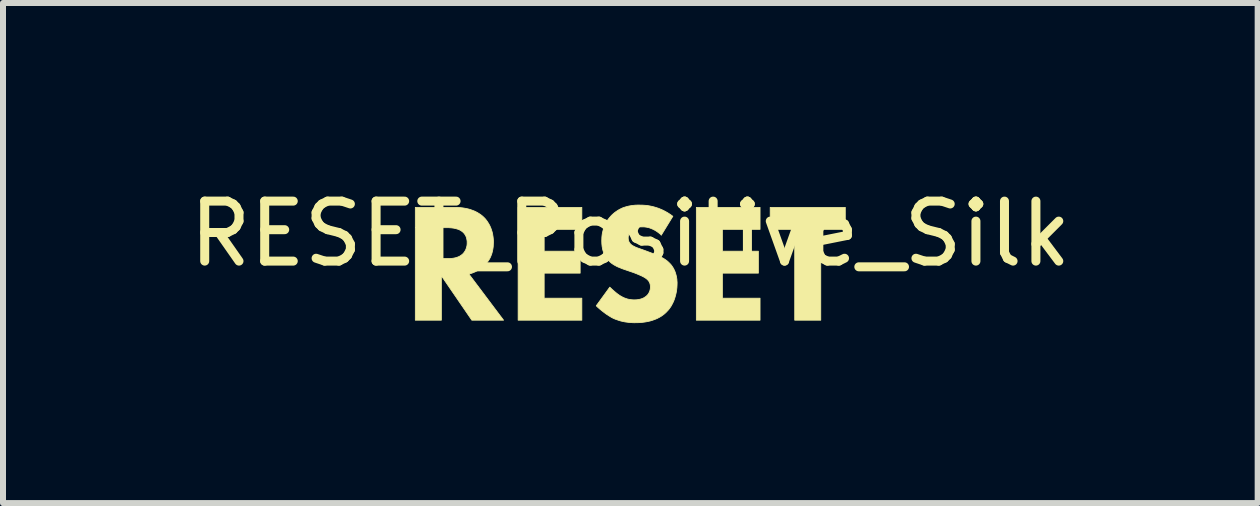
<source format=kicad_pcb>
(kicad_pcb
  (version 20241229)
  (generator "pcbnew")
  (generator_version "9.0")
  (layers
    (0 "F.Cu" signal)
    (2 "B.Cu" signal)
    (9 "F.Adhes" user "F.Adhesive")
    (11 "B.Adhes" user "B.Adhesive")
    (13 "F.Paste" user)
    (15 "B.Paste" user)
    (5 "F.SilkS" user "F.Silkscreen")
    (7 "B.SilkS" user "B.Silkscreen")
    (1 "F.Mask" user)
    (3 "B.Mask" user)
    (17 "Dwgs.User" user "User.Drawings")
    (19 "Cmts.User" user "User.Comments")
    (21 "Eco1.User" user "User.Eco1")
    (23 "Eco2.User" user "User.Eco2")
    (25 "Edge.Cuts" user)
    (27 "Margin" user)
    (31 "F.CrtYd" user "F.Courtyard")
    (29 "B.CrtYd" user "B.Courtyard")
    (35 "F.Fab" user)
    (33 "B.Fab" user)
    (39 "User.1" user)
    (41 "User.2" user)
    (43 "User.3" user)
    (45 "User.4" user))
  (footprint "RESET_Positive_Silk"
    (layer "F.Cu")
    (at 7.458 1.348)
    (property "Reference" "RESET_Positive_Silk" (at 0 -0.5 0) (unlocked yes) (layer "F.SilkS") (effects (font (size 1 1) (thickness 0.15))))
    (fp_poly (pts (xy 3.584 -0.574) (xy 3.175 -0.574) (xy 3.175 0.94) (xy 2.741 0.94) (xy 2.741 -0.574) (xy 2.332 -0.574) (xy 2.332 -0.941) (xy 3.584 -0.941)) (stroke (width 0.013) (type solid)) (fill yes) (layer "F.SilkS"))
    (fp_poly (pts (xy -0.808 -0.574) (xy -1.436 -0.574) (xy -1.436 -0.21) (xy -0.836 -0.21) (xy -0.836 0.156) (xy -1.436 0.156) (xy -1.436 0.573) (xy -0.808 0.573) (xy -0.808 0.94) (xy -1.87 0.94) (xy -1.87 -0.941) (xy -0.808 -0.941)) (stroke (width 0.013) (type solid)) (fill yes) (layer "F.SilkS"))
    (fp_poly (pts (xy 2.163 -0.574) (xy 1.535 -0.574) (xy 1.535 -0.21) (xy 2.135 -0.21) (xy 2.135 0.156) (xy 1.535 0.156) (xy 1.535 0.573) (xy 2.163 0.573) (xy 2.163 0.94) (xy 1.101 0.94) (xy 1.101 -0.941) (xy 2.163 -0.941)) (stroke (width 0.013) (type solid)) (fill yes) (layer "F.SilkS"))
    (fp_poly (pts (xy -2.88 -0.94) (xy -2.839 -0.937) (xy -2.799 -0.933) (xy -2.761 -0.927) (xy -2.725 -0.92) (xy -2.691 -0.912) (xy -2.659 -0.902) (xy -2.629 -0.891) (xy -2.6 -0.88) (xy -2.573 -0.867) (xy -2.548 -0.854) (xy -2.524 -0.839) (xy -2.502 -0.825) (xy -2.482 -0.81) (xy -2.462 -0.794) (xy -2.445 -0.778) (xy -2.43 -0.763) (xy -2.415 -0.747) (xy -2.401 -0.729) (xy -2.386 -0.709) (xy -2.373 -0.689) (xy -2.359 -0.666) (xy -2.346 -0.643) (xy -2.334 -0.617) (xy -2.323 -0.591) (xy -2.313 -0.562) (xy -2.304 -0.533) (xy -2.3 -0.517) (xy -2.297 -0.501) (xy -2.293 -0.485) (xy -2.291 -0.468) (xy -2.288 -0.451) (xy -2.286 -0.433) (xy -2.284 -0.415) (xy -2.283 -0.397) (xy -2.282 -0.378) (xy -2.282 -0.359) (xy -2.283 -0.336) (xy -2.284 -0.313) (xy -2.285 -0.289) (xy -2.288 -0.265) (xy -2.292 -0.24) (xy -2.297 -0.216) (xy -2.303 -0.191) (xy -2.31 -0.166) (xy -2.319 -0.142) (xy -2.329 -0.117) (xy -2.341 -0.092) (xy -2.355 -0.068) (xy -2.371 -0.044) (xy -2.389 -0.02) (xy -2.408 0.003) (xy -2.43 0.026) (xy -2.443 0.038) (xy -2.456 0.049) (xy -2.469 0.061) (xy -2.484 0.072) (xy -2.498 0.083) (xy -2.514 0.093) (xy -2.53 0.103) (xy -2.546 0.113) (xy -2.563 0.122) (xy -2.581 0.131) (xy -2.598 0.139) (xy -2.616 0.146) (xy -2.635 0.154) (xy -2.653 0.16) (xy -2.672 0.166) (xy -2.691 0.171) (xy -2.113 0.94) (xy -2.642 0.94) (xy -3.15 0.199) (xy -3.15 0.94) (xy -3.584 0.94) (xy -3.584 -0.087) (xy -3.15 -0.087) (xy -3.051 -0.087) (xy -3.021 -0.087) (xy -3.005 -0.088) (xy -2.988 -0.089) (xy -2.971 -0.091) (xy -2.954 -0.093) (xy -2.937 -0.096) (xy -2.919 -0.1) (xy -2.902 -0.104) (xy -2.885 -0.11) (xy -2.868 -0.116) (xy -2.851 -0.124) (xy -2.835 -0.133) (xy -2.82 -0.143) (xy -2.812 -0.149) (xy -2.805 -0.155) (xy -2.797 -0.161) (xy -2.79 -0.168) (xy -2.784 -0.174) (xy -2.778 -0.181) (xy -2.772 -0.189) (xy -2.766 -0.197) (xy -2.76 -0.206) (xy -2.754 -0.216) (xy -2.748 -0.226) (xy -2.743 -0.237) (xy -2.738 -0.249) (xy -2.734 -0.262) (xy -2.73 -0.275) (xy -2.728 -0.282) (xy -2.726 -0.289) (xy -2.725 -0.296) (xy -2.723 -0.303) (xy -2.722 -0.311) (xy -2.721 -0.319) (xy -2.721 -0.327) (xy -2.72 -0.335) (xy -2.72 -0.343) (xy -2.72 -0.352) (xy -2.72 -0.371) (xy -2.722 -0.389) (xy -2.725 -0.406) (xy -2.728 -0.422) (xy -2.732 -0.437) (xy -2.737 -0.451) (xy -2.743 -0.464) (xy -2.749 -0.476) (xy -2.756 -0.487) (xy -2.763 -0.497) (xy -2.77 -0.507) (xy -2.778 -0.515) (xy -2.785 -0.523) (xy -2.793 -0.53) (xy -2.801 -0.536) (xy -2.808 -0.542) (xy -2.822 -0.551) (xy -2.836 -0.56) (xy -2.851 -0.567) (xy -2.867 -0.574) (xy -2.883 -0.579) (xy -2.9 -0.584) (xy -2.917 -0.588) (xy -2.933 -0.592) (xy -2.95 -0.595) (xy -2.966 -0.597) (xy -2.981 -0.599) (xy -2.996 -0.6) (xy -3.024 -0.602) (xy -3.048 -0.602) (xy -3.15 -0.602) (xy -3.15 -0.087) (xy -3.584 -0.087) (xy -3.584 -0.941) (xy -2.924 -0.941)) (stroke (width 0.013) (type solid)) (fill yes) (layer "F.SilkS"))
    (fp_poly (pts (xy 0.204 -0.978) (xy 0.233 -0.976) (xy 0.263 -0.974) (xy 0.295 -0.97) (xy 0.328 -0.964) (xy 0.362 -0.957) (xy 0.398 -0.948) (xy 0.434 -0.937) (xy 0.471 -0.925) (xy 0.509 -0.909) (xy 0.548 -0.892) (xy 0.588 -0.871) (xy 0.628 -0.848) (xy 0.668 -0.822) (xy 0.709 -0.792) (xy 0.515 -0.475) (xy 0.515 -0.482) (xy 0.489 -0.504) (xy 0.463 -0.524) (xy 0.438 -0.542) (xy 0.414 -0.557) (xy 0.39 -0.569) (xy 0.368 -0.58) (xy 0.346 -0.589) (xy 0.325 -0.597) (xy 0.305 -0.603) (xy 0.286 -0.607) (xy 0.268 -0.611) (xy 0.251 -0.613) (xy 0.236 -0.615) (xy 0.222 -0.616) (xy 0.198 -0.616) (xy 0.175 -0.616) (xy 0.163 -0.615) (xy 0.151 -0.614) (xy 0.139 -0.613) (xy 0.126 -0.611) (xy 0.114 -0.609) (xy 0.102 -0.606) (xy 0.09 -0.602) (xy 0.078 -0.598) (xy 0.067 -0.592) (xy 0.055 -0.586) (xy 0.044 -0.579) (xy 0.034 -0.572) (xy 0.029 -0.567) (xy 0.024 -0.563) (xy 0.019 -0.558) (xy 0.014 -0.553) (xy 0.009 -0.547) (xy 0.004 -0.541) (xy -0.001 -0.535) (xy -0.005 -0.529) (xy -0.01 -0.522) (xy -0.014 -0.515) (xy -0.017 -0.508) (xy -0.021 -0.501) (xy -0.024 -0.493) (xy -0.027 -0.485) (xy -0.029 -0.477) (xy -0.031 -0.468) (xy -0.033 -0.46) (xy -0.034 -0.451) (xy -0.035 -0.442) (xy -0.035 -0.433) (xy -0.035 -0.424) (xy -0.034 -0.416) (xy -0.034 -0.408) (xy -0.032 -0.401) (xy -0.031 -0.393) (xy -0.029 -0.386) (xy -0.027 -0.38) (xy -0.024 -0.373) (xy -0.022 -0.367) (xy -0.019 -0.361) (xy -0.015 -0.355) (xy -0.011 -0.349) (xy -0.007 -0.343) (xy -0.003 -0.338) (xy 0.002 -0.332) (xy 0.007 -0.327) (xy 0.016 -0.319) (xy 0.025 -0.312) (xy 0.035 -0.305) (xy 0.046 -0.299) (xy 0.057 -0.293) (xy 0.069 -0.287) (xy 0.081 -0.281) (xy 0.095 -0.275) (xy 0.11 -0.269) (xy 0.125 -0.263) (xy 0.16 -0.251) (xy 0.244 -0.221) (xy 0.385 -0.168) (xy 0.416 -0.156) (xy 0.449 -0.142) (xy 0.482 -0.127) (xy 0.499 -0.119) (xy 0.516 -0.11) (xy 0.533 -0.101) (xy 0.55 -0.092) (xy 0.566 -0.082) (xy 0.582 -0.071) (xy 0.598 -0.06) (xy 0.613 -0.049) (xy 0.628 -0.036) (xy 0.642 -0.023) (xy 0.662 -0.003) (xy 0.68 0.017) (xy 0.696 0.039) (xy 0.71 0.06) (xy 0.723 0.082) (xy 0.734 0.105) (xy 0.744 0.127) (xy 0.752 0.15) (xy 0.759 0.173) (xy 0.765 0.195) (xy 0.77 0.218) (xy 0.774 0.24) (xy 0.777 0.262) (xy 0.778 0.284) (xy 0.78 0.305) (xy 0.78 0.326) (xy 0.779 0.362) (xy 0.777 0.397) (xy 0.773 0.432) (xy 0.768 0.466) (xy 0.761 0.499) (xy 0.753 0.531) (xy 0.744 0.563) (xy 0.734 0.593) (xy 0.723 0.622) (xy 0.71 0.65) (xy 0.696 0.677) (xy 0.682 0.703) (xy 0.666 0.727) (xy 0.65 0.75) (xy 0.632 0.772) (xy 0.614 0.791) (xy 0.598 0.808) (xy 0.582 0.823) (xy 0.566 0.837) (xy 0.549 0.85) (xy 0.531 0.863) (xy 0.514 0.875) (xy 0.478 0.896) (xy 0.442 0.914) (xy 0.405 0.929) (xy 0.368 0.942) (xy 0.332 0.953) (xy 0.296 0.961) (xy 0.26 0.968) (xy 0.226 0.973) (xy 0.193 0.977) (xy 0.162 0.98) (xy 0.133 0.981) (xy 0.081 0.982) (xy 0.056 0.982) (xy 0.032 0.981) (xy 0.007 0.98) (xy -0.017 0.978) (xy -0.041 0.975) (xy -0.064 0.972) (xy -0.088 0.969) (xy -0.111 0.964) (xy -0.134 0.959) (xy -0.157 0.954) (xy -0.18 0.947) (xy -0.202 0.94) (xy -0.225 0.932) (xy -0.248 0.924) (xy -0.27 0.915) (xy -0.293 0.904) (xy -0.311 0.895) (xy -0.329 0.884) (xy -0.347 0.873) (xy -0.366 0.861) (xy -0.384 0.849) (xy -0.403 0.837) (xy -0.439 0.81) (xy -0.475 0.782) (xy -0.508 0.755) (xy -0.54 0.727) (xy -0.568 0.7) (xy -0.342 0.389) (xy -0.322 0.408) (xy -0.301 0.428) (xy -0.278 0.448) (xy -0.255 0.468) (xy -0.232 0.487) (xy -0.209 0.505) (xy -0.197 0.513) (xy -0.186 0.521) (xy -0.176 0.528) (xy -0.166 0.534) (xy -0.152 0.542) (xy -0.138 0.55) (xy -0.124 0.557) (xy -0.11 0.564) (xy -0.096 0.57) (xy -0.081 0.575) (xy -0.067 0.58) (xy -0.053 0.585) (xy -0.038 0.589) (xy -0.023 0.592) (xy -0.008 0.595) (xy 0.007 0.597) (xy 0.023 0.599) (xy 0.038 0.6) (xy 0.054 0.601) (xy 0.071 0.601) (xy 0.082 0.601) (xy 0.093 0.6) (xy 0.105 0.6) (xy 0.117 0.598) (xy 0.129 0.597) (xy 0.141 0.595) (xy 0.154 0.592) (xy 0.167 0.589) (xy 0.18 0.585) (xy 0.193 0.581) (xy 0.206 0.576) (xy 0.219 0.57) (xy 0.231 0.563) (xy 0.244 0.555) (xy 0.256 0.547) (xy 0.268 0.537) (xy 0.275 0.531) (xy 0.281 0.525) (xy 0.288 0.518) (xy 0.294 0.51) (xy 0.3 0.502) (xy 0.305 0.494) (xy 0.31 0.485) (xy 0.315 0.476) (xy 0.319 0.467) (xy 0.323 0.456) (xy 0.327 0.446) (xy 0.328 0.44) (xy 0.33 0.435) (xy 0.331 0.429) (xy 0.332 0.423) (xy 0.333 0.417) (xy 0.334 0.411) (xy 0.335 0.405) (xy 0.335 0.399) (xy 0.335 0.392) (xy 0.335 0.386) (xy 0.335 0.374) (xy 0.334 0.363) (xy 0.333 0.353) (xy 0.331 0.343) (xy 0.328 0.333) (xy 0.326 0.324) (xy 0.322 0.315) (xy 0.318 0.307) (xy 0.314 0.299) (xy 0.309 0.291) (xy 0.304 0.284) (xy 0.298 0.277) (xy 0.292 0.27) (xy 0.286 0.264) (xy 0.279 0.258) (xy 0.272 0.252) (xy 0.262 0.244) (xy 0.25 0.236) (xy 0.238 0.228) (xy 0.224 0.22) (xy 0.21 0.213) (xy 0.195 0.205) (xy 0.164 0.191) (xy 0.133 0.178) (xy 0.103 0.165) (xy 0.053 0.146) (xy -0.102 0.093) (xy -0.136 0.081) (xy -0.17 0.067) (xy -0.205 0.053) (xy -0.222 0.045) (xy -0.239 0.036) (xy -0.256 0.027) (xy -0.273 0.017) (xy -0.289 0.007) (xy -0.305 -0.004) (xy -0.32 -0.015) (xy -0.335 -0.028) (xy -0.35 -0.041) (xy -0.363 -0.055) (xy -0.381 -0.075) (xy -0.396 -0.096) (xy -0.41 -0.117) (xy -0.422 -0.138) (xy -0.433 -0.16) (xy -0.442 -0.181) (xy -0.45 -0.203) (xy -0.457 -0.225) (xy -0.462 -0.246) (xy -0.466 -0.267) (xy -0.47 -0.288) (xy -0.472 -0.308) (xy -0.474 -0.328) (xy -0.475 -0.347) (xy -0.476 -0.383) (xy -0.475 -0.414) (xy -0.474 -0.444) (xy -0.471 -0.474) (xy -0.467 -0.503) (xy -0.461 -0.531) (xy -0.454 -0.559) (xy -0.446 -0.587) (xy -0.437 -0.613) (xy -0.427 -0.64) (xy -0.415 -0.665) (xy -0.401 -0.69) (xy -0.387 -0.715) (xy -0.371 -0.739) (xy -0.353 -0.762) (xy -0.334 -0.784) (xy -0.314 -0.807) (xy -0.288 -0.831) (xy -0.262 -0.853) (xy -0.236 -0.872) (xy -0.209 -0.89) (xy -0.182 -0.906) (xy -0.154 -0.92) (xy -0.126 -0.933) (xy -0.097 -0.943) (xy -0.067 -0.952) (xy -0.038 -0.96) (xy -0.007 -0.966) (xy 0.024 -0.971) (xy 0.055 -0.975) (xy 0.087 -0.978) (xy 0.119 -0.979) (xy 0.152 -0.979)) (stroke (width 0.013) (type solid)) (fill yes) (layer "F.SilkS")))
  (gr_rect
    (start -3 -3)
    (end 17.917 5.337)
    (stroke (width 0.1) (type default))
    (fill no)
    (layer "Edge.Cuts")))
</source>
